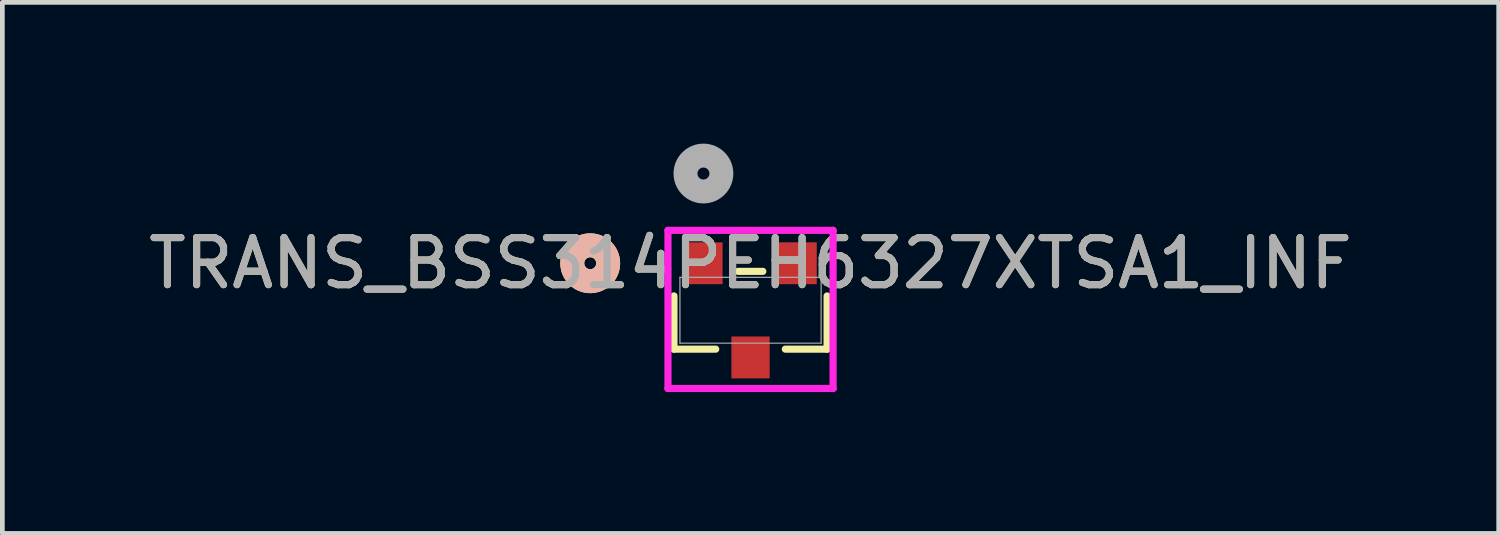
<source format=kicad_pcb>
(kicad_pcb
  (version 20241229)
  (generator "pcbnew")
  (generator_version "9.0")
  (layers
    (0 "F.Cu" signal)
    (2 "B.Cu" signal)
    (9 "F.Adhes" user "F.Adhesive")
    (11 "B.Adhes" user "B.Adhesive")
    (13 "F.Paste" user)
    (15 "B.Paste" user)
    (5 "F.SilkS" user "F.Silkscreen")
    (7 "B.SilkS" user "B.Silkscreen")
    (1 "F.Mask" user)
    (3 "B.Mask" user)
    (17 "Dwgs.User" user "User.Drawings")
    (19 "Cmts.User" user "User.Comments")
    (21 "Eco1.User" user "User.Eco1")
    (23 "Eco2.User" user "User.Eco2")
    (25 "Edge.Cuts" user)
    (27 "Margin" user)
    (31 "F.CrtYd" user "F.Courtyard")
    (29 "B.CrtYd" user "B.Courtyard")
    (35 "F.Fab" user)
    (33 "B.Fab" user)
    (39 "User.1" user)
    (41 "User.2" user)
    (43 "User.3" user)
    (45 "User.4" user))
  (footprint "TRANS_BSS314PEH6327XTSA1_INF"
    (layer "F.Cu")
    (at 12.887 3.538)
    (property "Reference" "TRANS_BSS314PEH6327XTSA1_INF" (at 0 -0.998 0) (unlocked yes) (layer "F.SilkS") (effects (font (size 1 1) (thickness 0.15))))
    (attr smd)
    (fp_line (start -1.626 -0.304) (end -1.626 0.826) (stroke (width 0.152) (type solid)) (layer "F.SilkS"))
    (fp_line (start -1.626 0.826) (end -0.739 0.826) (stroke (width 0.152) (type solid)) (layer "F.SilkS"))
    (fp_line (start 0.261 -0.826) (end -0.261 -0.826) (stroke (width 0.152) (type solid)) (layer "F.SilkS"))
    (fp_line (start 0.739 0.826) (end 1.626 0.826) (stroke (width 0.152) (type solid)) (layer "F.SilkS"))
    (fp_line (start 1.626 0.826) (end 1.626 -0.304) (stroke (width 0.152) (type solid)) (layer "F.SilkS"))
    (fp_circle (center -3.404 -0.998) (end -3.023 -0.998) (stroke (width 0.508) (type solid)) (fill no) (layer "F.SilkS"))
    (fp_circle (center -3.404 -0.998) (end -3.023 -0.998) (stroke (width 0.508) (type solid)) (fill no) (layer "B.SilkS"))
    (fp_line (start -1.753 -1.697) (end -1.753 1.662) (stroke (width 0.152) (type solid)) (layer "F.CrtYd"))
    (fp_line (start -1.753 1.662) (end 1.753 1.662) (stroke (width 0.152) (type solid)) (layer "F.CrtYd"))
    (fp_line (start 1.753 -1.697) (end -1.753 -1.697) (stroke (width 0.152) (type solid)) (layer "F.CrtYd"))
    (fp_line (start 1.753 1.662) (end 1.753 -1.697) (stroke (width 0.152) (type solid)) (layer "F.CrtYd"))
    (fp_line (start -1.499 -0.699) (end -1.499 0.699) (stroke (width 0.025) (type solid)) (layer "F.Fab"))
    (fp_line (start -1.499 0.699) (end 1.499 0.699) (stroke (width 0.025) (type solid)) (layer "F.Fab"))
    (fp_line (start 1.499 -0.699) (end -1.499 -0.699) (stroke (width 0.025) (type solid)) (layer "F.Fab"))
    (fp_line (start 1.499 0.699) (end 1.499 -0.699) (stroke (width 0.025) (type solid)) (layer "F.Fab"))
    (fp_circle (center -1 -2.903) (end -0.619 -2.903) (stroke (width 0.508) (type solid)) (fill no) (layer "F.Fab"))
    (fp_text user "${REFERENCE}" (at 0 -0.998 0) (unlocked yes) (layer "F.Fab") (effects (font (size 1 1) (thickness 0.15))))
    (pad "1" smd rect (at -1 -0.998) (size 0.813 0.889) (layers "F.Cu" "F.Mask" "F.Paste"))
    (pad "2" smd rect (at 1 -0.998) (size 0.813 0.889) (layers "F.Cu" "F.Mask" "F.Paste"))
    (pad "3" smd rect (at 0 1.002 90) (size 0.889 0.813) (layers "F.Cu" "F.Mask" "F.Paste")))
  (gr_rect
    (start -3 -3)
    (end 28.774 8.277)
    (stroke (width 0.1) (type default))
    (fill no)
    (layer "Edge.Cuts")))
</source>
